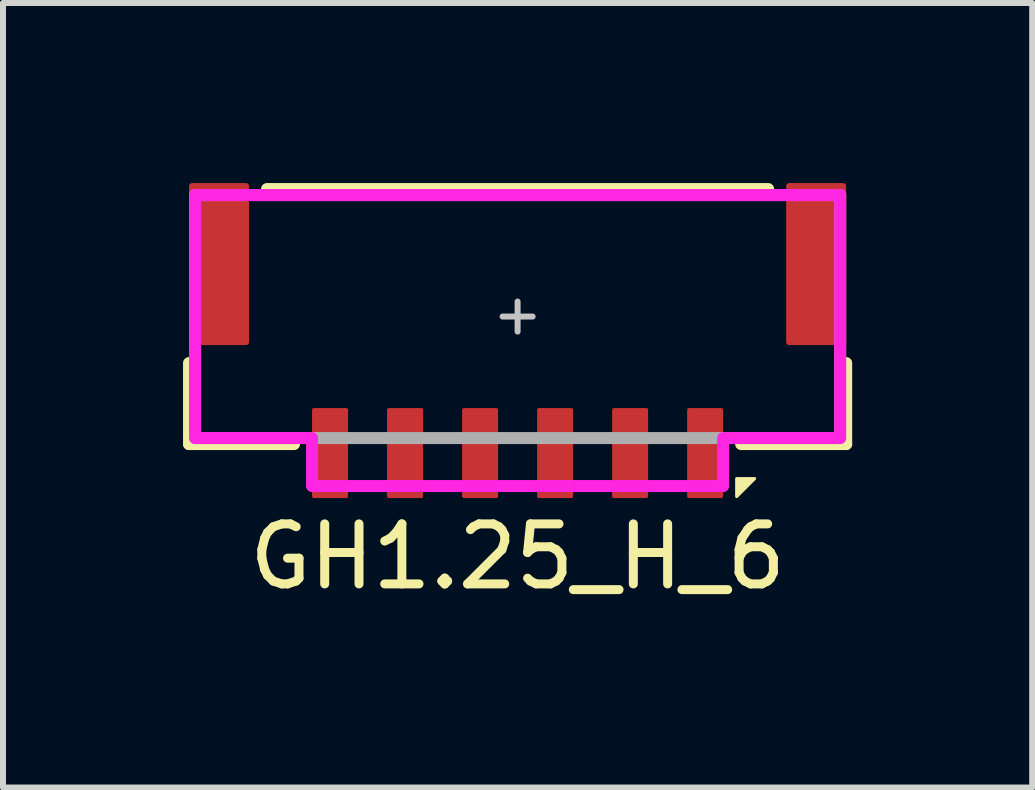
<source format=kicad_pcb>
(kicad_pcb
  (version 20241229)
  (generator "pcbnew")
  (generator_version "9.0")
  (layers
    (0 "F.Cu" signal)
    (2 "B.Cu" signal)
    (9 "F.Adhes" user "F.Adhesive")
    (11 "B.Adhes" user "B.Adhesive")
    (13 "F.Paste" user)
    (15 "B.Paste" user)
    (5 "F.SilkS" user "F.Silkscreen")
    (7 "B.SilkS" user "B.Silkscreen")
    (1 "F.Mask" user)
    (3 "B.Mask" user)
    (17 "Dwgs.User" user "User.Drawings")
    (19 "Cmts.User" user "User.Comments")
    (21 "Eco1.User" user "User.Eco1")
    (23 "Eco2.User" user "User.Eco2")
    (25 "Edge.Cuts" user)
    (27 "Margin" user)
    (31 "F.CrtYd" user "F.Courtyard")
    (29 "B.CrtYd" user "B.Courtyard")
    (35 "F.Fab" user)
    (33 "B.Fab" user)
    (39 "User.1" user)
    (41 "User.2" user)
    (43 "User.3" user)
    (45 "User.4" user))
  (footprint "GH1.25_H_6"
    (layer "F.Cu")
    (at 5.575 2.225)
    (property "Reference" "GH1.25_H_6" (at 0 4 0) (unlocked yes) (layer "F.SilkS") (effects (font (size 1 1) (thickness 0.15))))
    (attr smd)
    (fp_line (start -5.475 2.125) (end -5.475 0.775) (stroke (width 0.2) (type solid)) (layer "F.SilkS"))
    (fp_line (start -4.175 -2.125) (end 4.175 -2.125) (stroke (width 0.2) (type solid)) (layer "F.SilkS"))
    (fp_line (start -3.725 2.125) (end -5.475 2.125) (stroke (width 0.2) (type solid)) (layer "F.SilkS"))
    (fp_line (start 3.725 2.125) (end 5.475 2.125) (stroke (width 0.2) (type solid)) (layer "F.SilkS"))
    (fp_line (start 5.475 2.125) (end 5.475 0.775) (stroke (width 0.2) (type solid)) (layer "F.SilkS"))
    (fp_poly (pts (xy 3.65 3) (xy 3.65 2.7) (xy 3.95 2.7)) (stroke (width 0.05) (type solid)) (fill yes) (layer "F.SilkS"))
    (fp_line (start -0.25 0) (end 0.25 0) (stroke (width 0.1) (type solid)) (layer "Dwgs.User"))
    (fp_line (start 0 -0.25) (end 0 0.25) (stroke (width 0.1) (type solid)) (layer "Dwgs.User"))
    (fp_poly (pts (xy 5.375 2.025) (xy 3.425 2.025) (xy 3.425 2.825) (xy -3.425 2.825) (xy -3.425 2.025) (xy -5.375 2.025) (xy -5.375 -2.025) (xy 5.375 -2.025)) (stroke (width 0.2) (type solid)) (fill no) (layer "F.CrtYd"))
    (fp_rect (start -5.375 -2.025) (end 5.375 2.025) (stroke (width 0.2) (type solid)) (fill no) (layer "F.Fab"))
    (pad "1" smd roundrect (at 3.125 2.275 90) (size 1.5 0.6) (layers "F.Cu" "F.Mask" "F.Paste") (roundrect_rratio 0.05))
    (pad "2" smd roundrect (at 1.875 2.275 90) (size 1.5 0.6) (layers "F.Cu" "F.Mask" "F.Paste") (roundrect_rratio 0.05))
    (pad "3" smd roundrect (at 0.625 2.275 90) (size 1.5 0.6) (layers "F.Cu" "F.Mask" "F.Paste") (roundrect_rratio 0.05))
    (pad "4" smd roundrect (at -0.625 2.275 90) (size 1.5 0.6) (layers "F.Cu" "F.Mask" "F.Paste") (roundrect_rratio 0.05))
    (pad "5" smd roundrect (at -1.875 2.275 90) (size 1.5 0.6) (layers "F.Cu" "F.Mask" "F.Paste") (roundrect_rratio 0.05))
    (pad "6" smd roundrect (at -3.125 2.275 90) (size 1.5 0.6) (layers "F.Cu" "F.Mask" "F.Paste") (roundrect_rratio 0.05))
    (pad "MP" smd roundrect (at -4.975 -0.875 270) (size 2.7 1) (layers "F.Cu" "F.Mask" "F.Paste") (roundrect_rratio 0.05))
    (pad "MP" smd roundrect (at 4.975 -0.875 90) (size 2.7 1) (layers "F.Cu" "F.Mask" "F.Paste") (roundrect_rratio 0.05)))
  (gr_rect
    (start -3 -3)
    (end 14.15 10.073)
    (stroke (width 0.1) (type default))
    (fill no)
    (layer "Edge.Cuts")))
</source>
